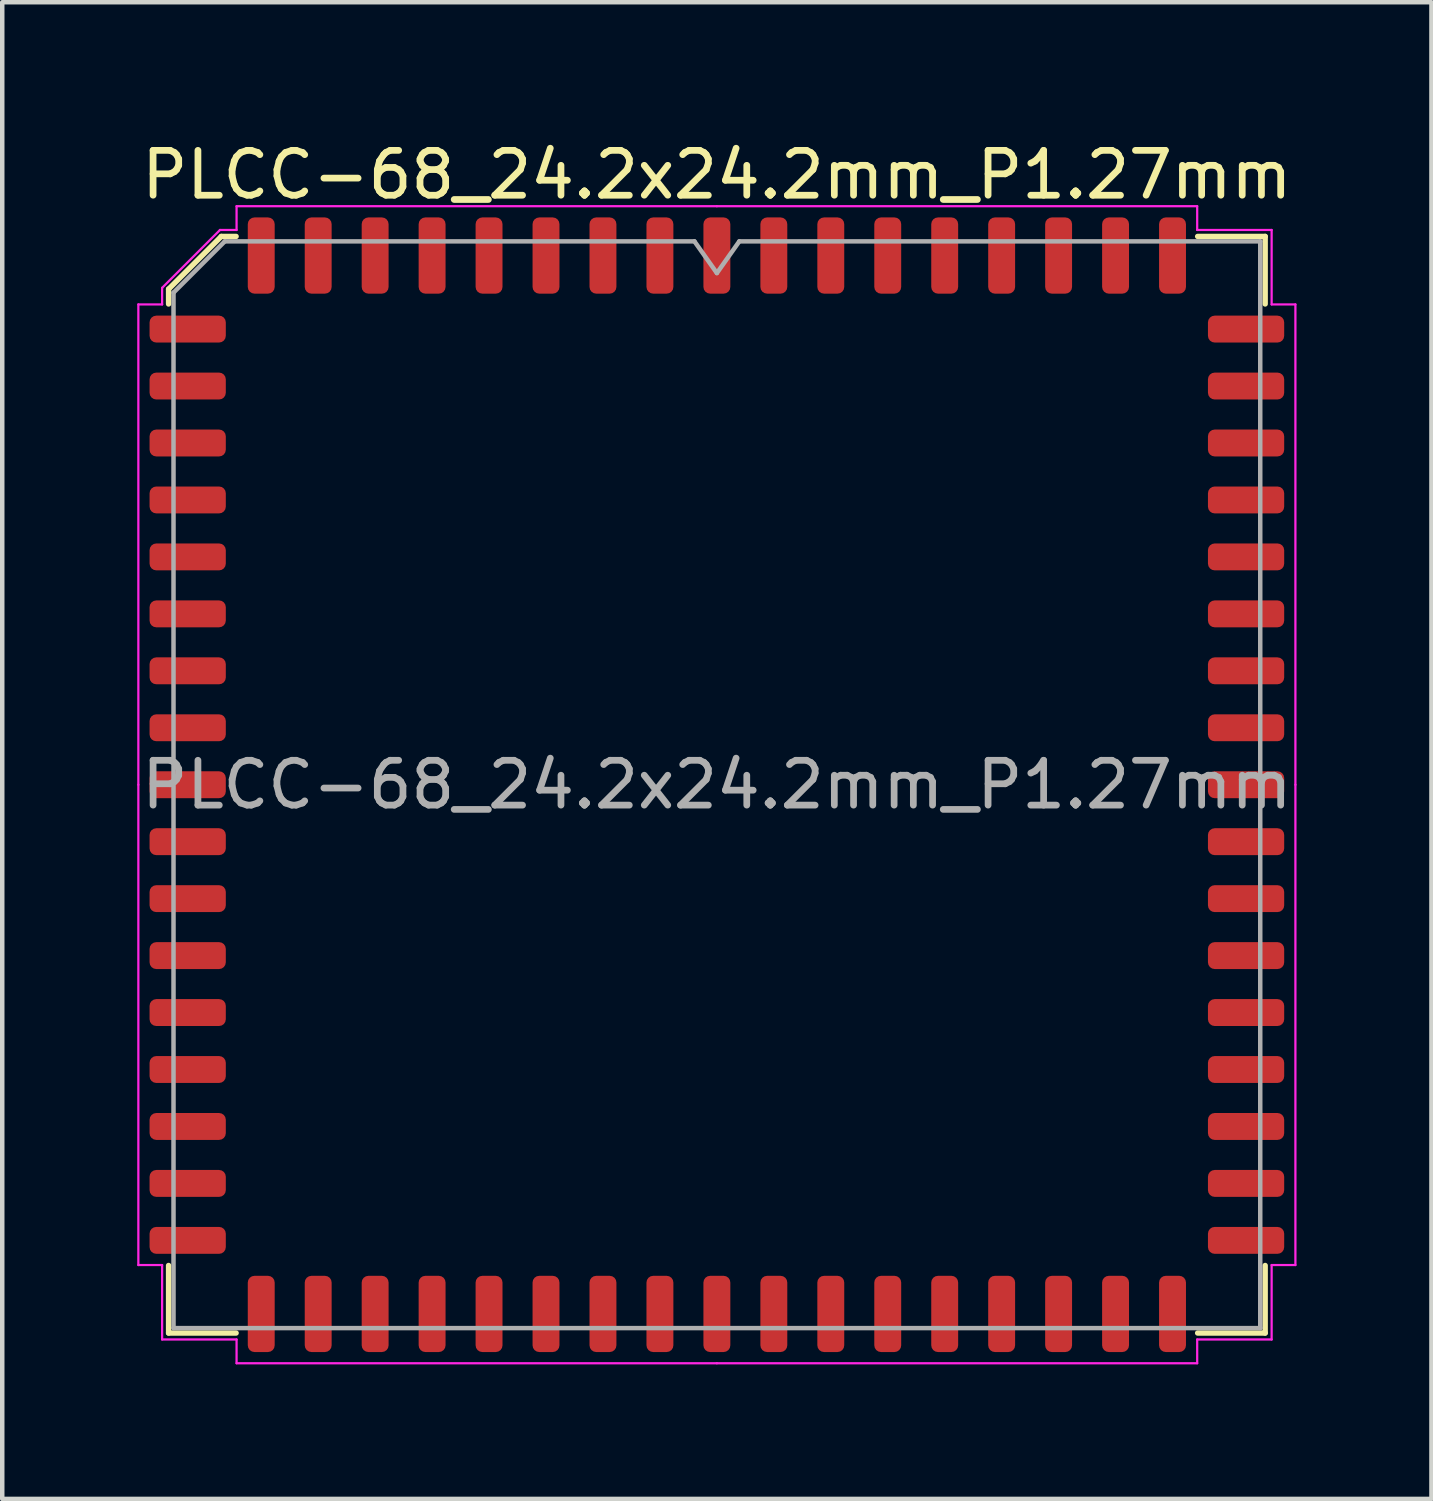
<source format=kicad_pcb>
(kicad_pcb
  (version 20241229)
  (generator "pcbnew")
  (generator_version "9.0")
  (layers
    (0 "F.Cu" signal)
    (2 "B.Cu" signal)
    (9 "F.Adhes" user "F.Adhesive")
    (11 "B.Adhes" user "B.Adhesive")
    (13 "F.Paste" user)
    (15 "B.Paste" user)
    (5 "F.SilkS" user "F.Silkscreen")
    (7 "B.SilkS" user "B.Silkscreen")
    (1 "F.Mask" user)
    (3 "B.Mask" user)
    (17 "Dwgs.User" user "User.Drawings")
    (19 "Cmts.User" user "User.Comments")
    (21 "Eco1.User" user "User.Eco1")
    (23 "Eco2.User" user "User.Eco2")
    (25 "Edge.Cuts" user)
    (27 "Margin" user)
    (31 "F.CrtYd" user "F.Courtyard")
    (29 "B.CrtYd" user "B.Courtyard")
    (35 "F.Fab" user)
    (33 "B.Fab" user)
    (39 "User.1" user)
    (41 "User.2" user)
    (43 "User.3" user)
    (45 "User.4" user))
  (footprint "PLCC-68_24.2x24.2mm_P1.27mm"
    (layer "F.Cu")
    (at 12.935 14.448)
    (property "Reference" "PLCC-68_24.2x24.2mm_P1.27mm" (at 0 -13.6 0) (layer "F.SilkS") (effects (font (size 1 1) (thickness 0.15))))
    (attr smd)
    (fp_line (start -12.226 -11.051) (end -12.226 -10.72) (stroke (width 0.12) (type solid)) (layer "F.SilkS"))
    (fp_line (start -12.226 12.226) (end -12.226 10.72) (stroke (width 0.12) (type solid)) (layer "F.SilkS"))
    (fp_line (start -11.051 -12.226) (end -12.226 -11.051) (stroke (width 0.12) (type solid)) (layer "F.SilkS"))
    (fp_line (start -10.72 -12.226) (end -11.051 -12.226) (stroke (width 0.12) (type solid)) (layer "F.SilkS"))
    (fp_line (start -10.72 12.226) (end -12.226 12.226) (stroke (width 0.12) (type solid)) (layer "F.SilkS"))
    (fp_line (start 10.72 -12.226) (end 12.226 -12.226) (stroke (width 0.12) (type solid)) (layer "F.SilkS"))
    (fp_line (start 10.72 12.226) (end 12.226 12.226) (stroke (width 0.12) (type solid)) (layer "F.SilkS"))
    (fp_line (start 12.226 -12.226) (end 12.226 -10.72) (stroke (width 0.12) (type solid)) (layer "F.SilkS"))
    (fp_line (start 12.226 12.226) (end 12.226 10.72) (stroke (width 0.12) (type solid)) (layer "F.SilkS"))
    (fp_line (start -12.9 -10.71) (end -12.9 0) (stroke (width 0.05) (type solid)) (layer "F.CrtYd"))
    (fp_line (start -12.9 10.71) (end -12.9 0) (stroke (width 0.05) (type solid)) (layer "F.CrtYd"))
    (fp_line (start -12.37 -11.08) (end -12.37 -10.71) (stroke (width 0.05) (type solid)) (layer "F.CrtYd"))
    (fp_line (start -12.37 -10.71) (end -12.9 -10.71) (stroke (width 0.05) (type solid)) (layer "F.CrtYd"))
    (fp_line (start -12.37 10.71) (end -12.9 10.71) (stroke (width 0.05) (type solid)) (layer "F.CrtYd"))
    (fp_line (start -12.37 12.37) (end -12.37 10.71) (stroke (width 0.05) (type solid)) (layer "F.CrtYd"))
    (fp_line (start -11.08 -12.37) (end -12.37 -11.08) (stroke (width 0.05) (type solid)) (layer "F.CrtYd"))
    (fp_line (start -10.71 -12.9) (end -10.71 -12.37) (stroke (width 0.05) (type solid)) (layer "F.CrtYd"))
    (fp_line (start -10.71 -12.37) (end -11.08 -12.37) (stroke (width 0.05) (type solid)) (layer "F.CrtYd"))
    (fp_line (start -10.71 12.37) (end -12.37 12.37) (stroke (width 0.05) (type solid)) (layer "F.CrtYd"))
    (fp_line (start -10.71 12.9) (end -10.71 12.37) (stroke (width 0.05) (type solid)) (layer "F.CrtYd"))
    (fp_line (start 0 -12.9) (end -10.71 -12.9) (stroke (width 0.05) (type solid)) (layer "F.CrtYd"))
    (fp_line (start 0 -12.9) (end 10.71 -12.9) (stroke (width 0.05) (type solid)) (layer "F.CrtYd"))
    (fp_line (start 0 12.9) (end -10.71 12.9) (stroke (width 0.05) (type solid)) (layer "F.CrtYd"))
    (fp_line (start 0 12.9) (end 10.71 12.9) (stroke (width 0.05) (type solid)) (layer "F.CrtYd"))
    (fp_line (start 10.71 -12.9) (end 10.71 -12.37) (stroke (width 0.05) (type solid)) (layer "F.CrtYd"))
    (fp_line (start 10.71 -12.37) (end 12.37 -12.37) (stroke (width 0.05) (type solid)) (layer "F.CrtYd"))
    (fp_line (start 10.71 12.37) (end 12.37 12.37) (stroke (width 0.05) (type solid)) (layer "F.CrtYd"))
    (fp_line (start 10.71 12.9) (end 10.71 12.37) (stroke (width 0.05) (type solid)) (layer "F.CrtYd"))
    (fp_line (start 12.37 -12.37) (end 12.37 -10.71) (stroke (width 0.05) (type solid)) (layer "F.CrtYd"))
    (fp_line (start 12.37 -10.71) (end 12.9 -10.71) (stroke (width 0.05) (type solid)) (layer "F.CrtYd"))
    (fp_line (start 12.37 10.71) (end 12.9 10.71) (stroke (width 0.05) (type solid)) (layer "F.CrtYd"))
    (fp_line (start 12.37 12.37) (end 12.37 10.71) (stroke (width 0.05) (type solid)) (layer "F.CrtYd"))
    (fp_line (start 12.9 -10.71) (end 12.9 0) (stroke (width 0.05) (type solid)) (layer "F.CrtYd"))
    (fp_line (start 12.9 10.71) (end 12.9 0) (stroke (width 0.05) (type solid)) (layer "F.CrtYd"))
    (fp_line (start -12.116 -10.973) (end -10.973 -12.116) (stroke (width 0.1) (type solid)) (layer "F.Fab"))
    (fp_line (start -12.116 12.116) (end -12.116 -10.973) (stroke (width 0.1) (type solid)) (layer "F.Fab"))
    (fp_line (start -10.973 -12.116) (end -0.5 -12.116) (stroke (width 0.1) (type solid)) (layer "F.Fab"))
    (fp_line (start -0.5 -12.116) (end 0 -11.409) (stroke (width 0.1) (type solid)) (layer "F.Fab"))
    (fp_line (start 0 -11.409) (end 0.5 -12.116) (stroke (width 0.1) (type solid)) (layer "F.Fab"))
    (fp_line (start 0.5 -12.116) (end 12.116 -12.116) (stroke (width 0.1) (type solid)) (layer "F.Fab"))
    (fp_line (start 12.116 -12.116) (end 12.116 12.116) (stroke (width 0.1) (type solid)) (layer "F.Fab"))
    (fp_line (start 12.116 12.116) (end -12.116 12.116) (stroke (width 0.1) (type solid)) (layer "F.Fab"))
    (fp_text user "${REFERENCE}" (at 0 0 0) (layer "F.Fab") (effects (font (size 1 1) (thickness 0.15))))
    (pad "1" smd roundrect (at 0 -11.8) (size 0.6 1.7) (layers "F.Cu" "F.Mask" "F.Paste") (roundrect_rratio 0.25))
    (pad "2" smd roundrect (at -1.27 -11.8) (size 0.6 1.7) (layers "F.Cu" "F.Mask" "F.Paste") (roundrect_rratio 0.25))
    (pad "3" smd roundrect (at -2.54 -11.8) (size 0.6 1.7) (layers "F.Cu" "F.Mask" "F.Paste") (roundrect_rratio 0.25))
    (pad "4" smd roundrect (at -3.81 -11.8) (size 0.6 1.7) (layers "F.Cu" "F.Mask" "F.Paste") (roundrect_rratio 0.25))
    (pad "5" smd roundrect (at -5.08 -11.8) (size 0.6 1.7) (layers "F.Cu" "F.Mask" "F.Paste") (roundrect_rratio 0.25))
    (pad "6" smd roundrect (at -6.35 -11.8) (size 0.6 1.7) (layers "F.Cu" "F.Mask" "F.Paste") (roundrect_rratio 0.25))
    (pad "7" smd roundrect (at -7.62 -11.8) (size 0.6 1.7) (layers "F.Cu" "F.Mask" "F.Paste") (roundrect_rratio 0.25))
    (pad "8" smd roundrect (at -8.89 -11.8) (size 0.6 1.7) (layers "F.Cu" "F.Mask" "F.Paste") (roundrect_rratio 0.25))
    (pad "9" smd roundrect (at -10.16 -11.8) (size 0.6 1.7) (layers "F.Cu" "F.Mask" "F.Paste") (roundrect_rratio 0.25))
    (pad "10" smd roundrect (at -11.8 -10.16) (size 1.7 0.6) (layers "F.Cu" "F.Mask" "F.Paste") (roundrect_rratio 0.25))
    (pad "11" smd roundrect (at -11.8 -8.89) (size 1.7 0.6) (layers "F.Cu" "F.Mask" "F.Paste") (roundrect_rratio 0.25))
    (pad "12" smd roundrect (at -11.8 -7.62) (size 1.7 0.6) (layers "F.Cu" "F.Mask" "F.Paste") (roundrect_rratio 0.25))
    (pad "13" smd roundrect (at -11.8 -6.35) (size 1.7 0.6) (layers "F.Cu" "F.Mask" "F.Paste") (roundrect_rratio 0.25))
    (pad "14" smd roundrect (at -11.8 -5.08) (size 1.7 0.6) (layers "F.Cu" "F.Mask" "F.Paste") (roundrect_rratio 0.25))
    (pad "15" smd roundrect (at -11.8 -3.81) (size 1.7 0.6) (layers "F.Cu" "F.Mask" "F.Paste") (roundrect_rratio 0.25))
    (pad "16" smd roundrect (at -11.8 -2.54) (size 1.7 0.6) (layers "F.Cu" "F.Mask" "F.Paste") (roundrect_rratio 0.25))
    (pad "17" smd roundrect (at -11.8 -1.27) (size 1.7 0.6) (layers "F.Cu" "F.Mask" "F.Paste") (roundrect_rratio 0.25))
    (pad "18" smd roundrect (at -11.8 0) (size 1.7 0.6) (layers "F.Cu" "F.Mask" "F.Paste") (roundrect_rratio 0.25))
    (pad "19" smd roundrect (at -11.8 1.27) (size 1.7 0.6) (layers "F.Cu" "F.Mask" "F.Paste") (roundrect_rratio 0.25))
    (pad "20" smd roundrect (at -11.8 2.54) (size 1.7 0.6) (layers "F.Cu" "F.Mask" "F.Paste") (roundrect_rratio 0.25))
    (pad "21" smd roundrect (at -11.8 3.81) (size 1.7 0.6) (layers "F.Cu" "F.Mask" "F.Paste") (roundrect_rratio 0.25))
    (pad "22" smd roundrect (at -11.8 5.08) (size 1.7 0.6) (layers "F.Cu" "F.Mask" "F.Paste") (roundrect_rratio 0.25))
    (pad "23" smd roundrect (at -11.8 6.35) (size 1.7 0.6) (layers "F.Cu" "F.Mask" "F.Paste") (roundrect_rratio 0.25))
    (pad "24" smd roundrect (at -11.8 7.62) (size 1.7 0.6) (layers "F.Cu" "F.Mask" "F.Paste") (roundrect_rratio 0.25))
    (pad "25" smd roundrect (at -11.8 8.89) (size 1.7 0.6) (layers "F.Cu" "F.Mask" "F.Paste") (roundrect_rratio 0.25))
    (pad "26" smd roundrect (at -11.8 10.16) (size 1.7 0.6) (layers "F.Cu" "F.Mask" "F.Paste") (roundrect_rratio 0.25))
    (pad "27" smd roundrect (at -10.16 11.8) (size 0.6 1.7) (layers "F.Cu" "F.Mask" "F.Paste") (roundrect_rratio 0.25))
    (pad "28" smd roundrect (at -8.89 11.8) (size 0.6 1.7) (layers "F.Cu" "F.Mask" "F.Paste") (roundrect_rratio 0.25))
    (pad "29" smd roundrect (at -7.62 11.8) (size 0.6 1.7) (layers "F.Cu" "F.Mask" "F.Paste") (roundrect_rratio 0.25))
    (pad "30" smd roundrect (at -6.35 11.8) (size 0.6 1.7) (layers "F.Cu" "F.Mask" "F.Paste") (roundrect_rratio 0.25))
    (pad "31" smd roundrect (at -5.08 11.8) (size 0.6 1.7) (layers "F.Cu" "F.Mask" "F.Paste") (roundrect_rratio 0.25))
    (pad "32" smd roundrect (at -3.81 11.8) (size 0.6 1.7) (layers "F.Cu" "F.Mask" "F.Paste") (roundrect_rratio 0.25))
    (pad "33" smd roundrect (at -2.54 11.8) (size 0.6 1.7) (layers "F.Cu" "F.Mask" "F.Paste") (roundrect_rratio 0.25))
    (pad "34" smd roundrect (at -1.27 11.8) (size 0.6 1.7) (layers "F.Cu" "F.Mask" "F.Paste") (roundrect_rratio 0.25))
    (pad "35" smd roundrect (at 0 11.8) (size 0.6 1.7) (layers "F.Cu" "F.Mask" "F.Paste") (roundrect_rratio 0.25))
    (pad "36" smd roundrect (at 1.27 11.8) (size 0.6 1.7) (layers "F.Cu" "F.Mask" "F.Paste") (roundrect_rratio 0.25))
    (pad "37" smd roundrect (at 2.54 11.8) (size 0.6 1.7) (layers "F.Cu" "F.Mask" "F.Paste") (roundrect_rratio 0.25))
    (pad "38" smd roundrect (at 3.81 11.8) (size 0.6 1.7) (layers "F.Cu" "F.Mask" "F.Paste") (roundrect_rratio 0.25))
    (pad "39" smd roundrect (at 5.08 11.8) (size 0.6 1.7) (layers "F.Cu" "F.Mask" "F.Paste") (roundrect_rratio 0.25))
    (pad "40" smd roundrect (at 6.35 11.8) (size 0.6 1.7) (layers "F.Cu" "F.Mask" "F.Paste") (roundrect_rratio 0.25))
    (pad "41" smd roundrect (at 7.62 11.8) (size 0.6 1.7) (layers "F.Cu" "F.Mask" "F.Paste") (roundrect_rratio 0.25))
    (pad "42" smd roundrect (at 8.89 11.8) (size 0.6 1.7) (layers "F.Cu" "F.Mask" "F.Paste") (roundrect_rratio 0.25))
    (pad "43" smd roundrect (at 10.16 11.8) (size 0.6 1.7) (layers "F.Cu" "F.Mask" "F.Paste") (roundrect_rratio 0.25))
    (pad "44" smd roundrect (at 11.8 10.16) (size 1.7 0.6) (layers "F.Cu" "F.Mask" "F.Paste") (roundrect_rratio 0.25))
    (pad "45" smd roundrect (at 11.8 8.89) (size 1.7 0.6) (layers "F.Cu" "F.Mask" "F.Paste") (roundrect_rratio 0.25))
    (pad "46" smd roundrect (at 11.8 7.62) (size 1.7 0.6) (layers "F.Cu" "F.Mask" "F.Paste") (roundrect_rratio 0.25))
    (pad "47" smd roundrect (at 11.8 6.35) (size 1.7 0.6) (layers "F.Cu" "F.Mask" "F.Paste") (roundrect_rratio 0.25))
    (pad "48" smd roundrect (at 11.8 5.08) (size 1.7 0.6) (layers "F.Cu" "F.Mask" "F.Paste") (roundrect_rratio 0.25))
    (pad "49" smd roundrect (at 11.8 3.81) (size 1.7 0.6) (layers "F.Cu" "F.Mask" "F.Paste") (roundrect_rratio 0.25))
    (pad "50" smd roundrect (at 11.8 2.54) (size 1.7 0.6) (layers "F.Cu" "F.Mask" "F.Paste") (roundrect_rratio 0.25))
    (pad "51" smd roundrect (at 11.8 1.27) (size 1.7 0.6) (layers "F.Cu" "F.Mask" "F.Paste") (roundrect_rratio 0.25))
    (pad "52" smd roundrect (at 11.8 0) (size 1.7 0.6) (layers "F.Cu" "F.Mask" "F.Paste") (roundrect_rratio 0.25))
    (pad "53" smd roundrect (at 11.8 -1.27) (size 1.7 0.6) (layers "F.Cu" "F.Mask" "F.Paste") (roundrect_rratio 0.25))
    (pad "54" smd roundrect (at 11.8 -2.54) (size 1.7 0.6) (layers "F.Cu" "F.Mask" "F.Paste") (roundrect_rratio 0.25))
    (pad "55" smd roundrect (at 11.8 -3.81) (size 1.7 0.6) (layers "F.Cu" "F.Mask" "F.Paste") (roundrect_rratio 0.25))
    (pad "56" smd roundrect (at 11.8 -5.08) (size 1.7 0.6) (layers "F.Cu" "F.Mask" "F.Paste") (roundrect_rratio 0.25))
    (pad "57" smd roundrect (at 11.8 -6.35) (size 1.7 0.6) (layers "F.Cu" "F.Mask" "F.Paste") (roundrect_rratio 0.25))
    (pad "58" smd roundrect (at 11.8 -7.62) (size 1.7 0.6) (layers "F.Cu" "F.Mask" "F.Paste") (roundrect_rratio 0.25))
    (pad "59" smd roundrect (at 11.8 -8.89) (size 1.7 0.6) (layers "F.Cu" "F.Mask" "F.Paste") (roundrect_rratio 0.25))
    (pad "60" smd roundrect (at 11.8 -10.16) (size 1.7 0.6) (layers "F.Cu" "F.Mask" "F.Paste") (roundrect_rratio 0.25))
    (pad "61" smd roundrect (at 10.16 -11.8) (size 0.6 1.7) (layers "F.Cu" "F.Mask" "F.Paste") (roundrect_rratio 0.25))
    (pad "62" smd roundrect (at 8.89 -11.8) (size 0.6 1.7) (layers "F.Cu" "F.Mask" "F.Paste") (roundrect_rratio 0.25))
    (pad "63" smd roundrect (at 7.62 -11.8) (size 0.6 1.7) (layers "F.Cu" "F.Mask" "F.Paste") (roundrect_rratio 0.25))
    (pad "64" smd roundrect (at 6.35 -11.8) (size 0.6 1.7) (layers "F.Cu" "F.Mask" "F.Paste") (roundrect_rratio 0.25))
    (pad "65" smd roundrect (at 5.08 -11.8) (size 0.6 1.7) (layers "F.Cu" "F.Mask" "F.Paste") (roundrect_rratio 0.25))
    (pad "66" smd roundrect (at 3.81 -11.8) (size 0.6 1.7) (layers "F.Cu" "F.Mask" "F.Paste") (roundrect_rratio 0.25))
    (pad "67" smd roundrect (at 2.54 -11.8) (size 0.6 1.7) (layers "F.Cu" "F.Mask" "F.Paste") (roundrect_rratio 0.25))
    (pad "68" smd roundrect (at 1.27 -11.8) (size 0.6 1.7) (layers "F.Cu" "F.Mask" "F.Paste") (roundrect_rratio 0.25)))
  (gr_rect
    (start -3 -3)
    (end 28.869 30.373)
    (stroke (width 0.1) (type default))
    (fill no)
    (layer "Edge.Cuts")))
</source>
